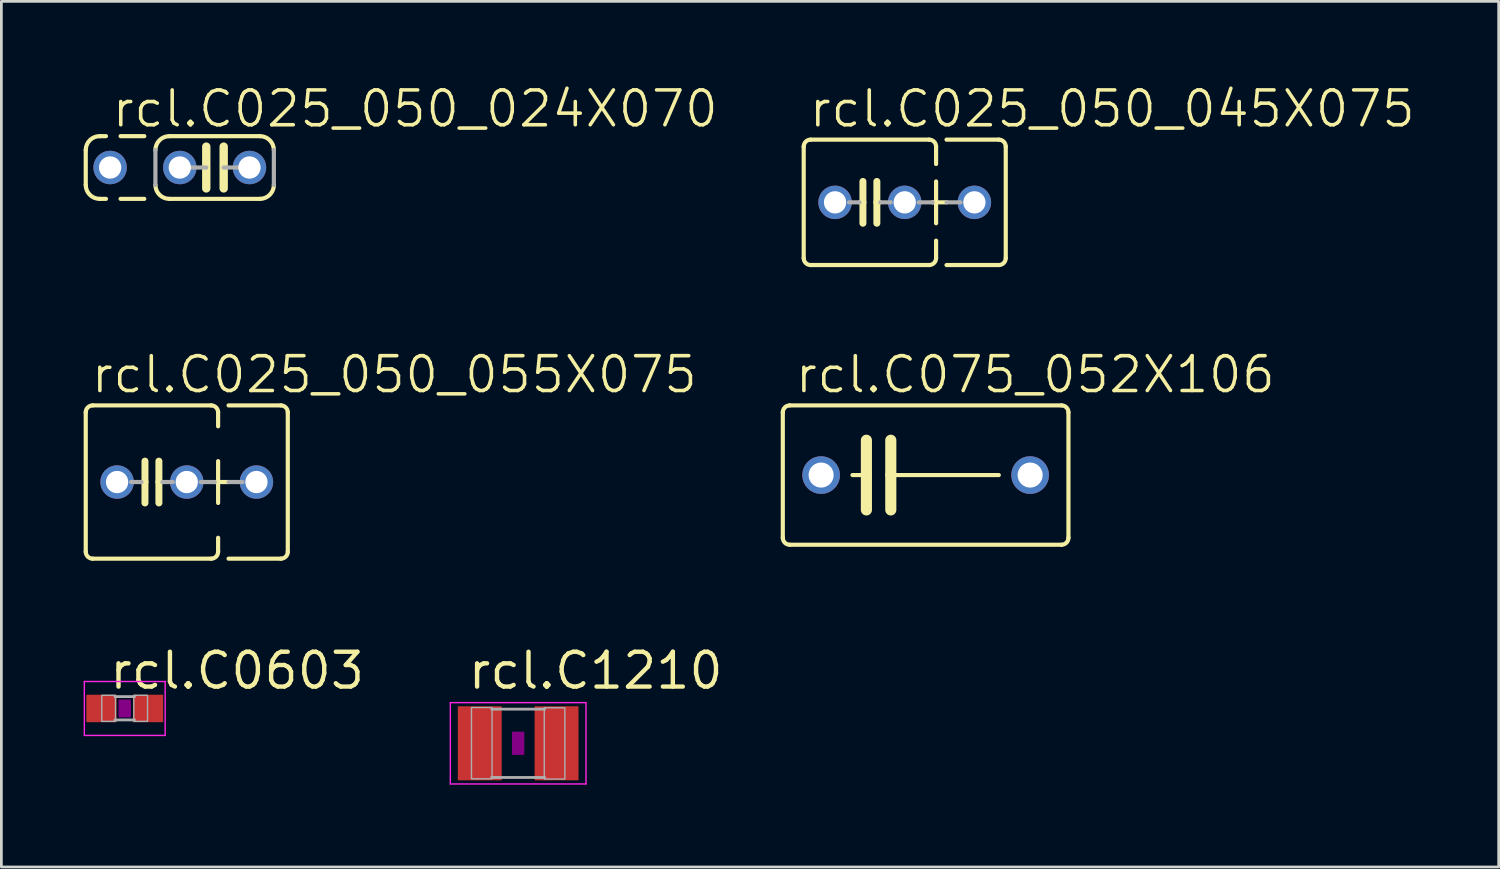
<source format=kicad_pcb>
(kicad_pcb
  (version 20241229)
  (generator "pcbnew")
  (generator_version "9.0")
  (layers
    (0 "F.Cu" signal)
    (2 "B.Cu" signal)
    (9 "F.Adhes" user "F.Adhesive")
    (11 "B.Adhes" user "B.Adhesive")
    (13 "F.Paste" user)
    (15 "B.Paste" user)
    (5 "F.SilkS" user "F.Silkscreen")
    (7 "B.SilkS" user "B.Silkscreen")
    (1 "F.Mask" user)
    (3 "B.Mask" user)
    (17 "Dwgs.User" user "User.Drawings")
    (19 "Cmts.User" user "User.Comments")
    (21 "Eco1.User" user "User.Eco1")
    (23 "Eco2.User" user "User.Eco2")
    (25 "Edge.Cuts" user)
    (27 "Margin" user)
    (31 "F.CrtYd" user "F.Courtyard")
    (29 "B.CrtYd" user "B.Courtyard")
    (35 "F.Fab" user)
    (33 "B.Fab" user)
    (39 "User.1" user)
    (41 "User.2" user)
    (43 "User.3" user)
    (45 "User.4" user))
  (footprint "rcl.C1210"
    (layer "F.Cu")
    (at 15.841 24.049)
    (property "Reference" "rcl.C1210" (at -1.905 -1.905 0) (layer "F.SilkS") (effects (font (size 1.27 1.27) (thickness 0.16)) (justify left bottom)))
    (attr smd)
    (fp_rect (start -0.2 0.4) (end 0.2 -0.4) (stroke (width 0.05) (type default)) (fill yes) (layer "F.Adhes"))
    (fp_line (start -2.473 -1.483) (end 2.473 -1.483) (stroke (width 0.051) (type default)) (layer "F.CrtYd"))
    (fp_line (start -2.473 1.483) (end -2.473 -1.483) (stroke (width 0.051) (type default)) (layer "F.CrtYd"))
    (fp_line (start 2.473 -1.483) (end 2.473 1.483) (stroke (width 0.051) (type default)) (layer "F.CrtYd"))
    (fp_line (start 2.473 1.483) (end -2.473 1.483) (stroke (width 0.051) (type default)) (layer "F.CrtYd"))
    (fp_line (start -0.965 -1.245) (end 0.965 -1.245) (stroke (width 0.102) (type default)) (layer "F.Fab"))
    (fp_line (start -0.965 1.245) (end 0.965 1.245) (stroke (width 0.102) (type default)) (layer "F.Fab"))
    (fp_rect (start -1.702 1.295) (end -0.952 -1.304) (stroke (width 0.05) (type default)) (fill no) (layer "F.Fab"))
    (fp_rect (start 0.952 1.304) (end 1.702 -1.295) (stroke (width 0.05) (type default)) (fill no) (layer "F.Fab"))
    (pad "1" smd roundrect (at -1.4 0) (size 1.6 2.7) (layers "F.Cu" "F.Mask" "F.Paste") (roundrect_rratio 0.01))
    (pad "2" smd roundrect (at 1.4 0) (size 1.6 2.7) (layers "F.Cu" "F.Mask" "F.Paste") (roundrect_rratio 0.01)))
  (footprint "rcl.C075_052X106"
    (layer "F.Cu")
    (at 30.696 14.27)
    (property "Reference" "rcl.C075_052X106" (at -4.826 -2.921 0) (layer "F.SilkS") (effects (font (size 1.27 1.27) (thickness 0.13)) (justify left bottom)))
    (attr through_hole)
    (fp_line (start -5.207 -2.286) (end -5.207 2.286) (stroke (width 0.152) (type default)) (layer "F.SilkS"))
    (fp_line (start -4.953 2.54) (end 4.953 2.54) (stroke (width 0.152) (type default)) (layer "F.SilkS"))
    (fp_line (start -2.667 0) (end -2.159 0) (stroke (width 0.152) (type default)) (layer "F.SilkS"))
    (fp_line (start -2.159 -1.27) (end -2.159 0) (stroke (width 0.406) (type default)) (layer "F.SilkS"))
    (fp_line (start -2.159 0) (end -2.159 1.27) (stroke (width 0.406) (type default)) (layer "F.SilkS"))
    (fp_line (start -1.27 -1.27) (end -1.27 0) (stroke (width 0.406) (type default)) (layer "F.SilkS"))
    (fp_line (start -1.27 0) (end -1.27 1.27) (stroke (width 0.406) (type default)) (layer "F.SilkS"))
    (fp_line (start -1.27 0) (end 2.667 0) (stroke (width 0.152) (type default)) (layer "F.SilkS"))
    (fp_line (start 4.953 -2.54) (end -4.953 -2.54) (stroke (width 0.152) (type default)) (layer "F.SilkS"))
    (fp_line (start 5.207 2.286) (end 5.207 -2.286) (stroke (width 0.152) (type default)) (layer "F.SilkS"))
    (fp_arc (start -5.207 -2.286) (mid -5.132605 -2.465605) (end -4.953 -2.54) (stroke (width 0.1524) (type default)) (layer "F.SilkS"))
    (fp_arc (start -4.953 2.54) (mid -5.132605 2.465605) (end -5.207 2.286) (stroke (width 0.1524) (type default)) (layer "F.SilkS"))
    (fp_arc (start 4.953 -2.54) (mid 5.132605 -2.465605) (end 5.207 -2.286) (stroke (width 0.1524) (type default)) (layer "F.SilkS"))
    (fp_arc (start 5.207 2.286) (mid 5.132605 2.465605) (end 4.953 2.54) (stroke (width 0.1524) (type default)) (layer "F.SilkS"))
    (pad "1" thru_hole circle (at -3.81 0) (size 1.372 1.372) (drill 0.914) (layers "*.Cu" "*.Mask"))
    (pad "2" thru_hole circle (at 3.81 0) (size 1.372 1.372) (drill 0.914) (layers "*.Cu" "*.Mask")))
  (footprint "rcl.C025_050_024X070"
    (layer "F.Cu")
    (at 4.775 3.057)
    (property "Reference" "rcl.C025_050_024X070" (at -3.81 -1.397 0) (layer "F.SilkS") (effects (font (size 1.27 1.27) (thickness 0.13)) (justify left bottom)))
    (attr through_hole)
    (fp_line (start -4.699 0.635) (end -4.699 -0.635) (stroke (width 0.152) (type default)) (layer "F.SilkS"))
    (fp_line (start -4.191 -1.143) (end -3.962 -1.143) (stroke (width 0.152) (type default)) (layer "F.SilkS"))
    (fp_line (start -4.191 1.143) (end -3.962 1.143) (stroke (width 0.152) (type default)) (layer "F.SilkS"))
    (fp_line (start -3.429 -1.143) (end -2.565 -1.143) (stroke (width 0.152) (type default)) (layer "F.SilkS"))
    (fp_line (start -3.429 1.143) (end -2.565 1.143) (stroke (width 0.152) (type default)) (layer "F.SilkS"))
    (fp_line (start -0.305 -0.762) (end -0.305 0.762) (stroke (width 0.305) (type default)) (layer "F.SilkS"))
    (fp_line (start 0.33 -0.762) (end 0.33 0.762) (stroke (width 0.305) (type default)) (layer "F.SilkS"))
    (fp_line (start 1.651 -1.143) (end -1.651 -1.143) (stroke (width 0.152) (type default)) (layer "F.SilkS"))
    (fp_line (start 1.651 1.143) (end -1.651 1.143) (stroke (width 0.152) (type default)) (layer "F.SilkS"))
    (fp_arc (start -4.699 -0.635) (mid -4.55021 -0.99421) (end -4.191 -1.143) (stroke (width 0.1524) (type default)) (layer "F.SilkS"))
    (fp_arc (start -4.191 1.143) (mid -4.55021 0.99421) (end -4.699 0.635) (stroke (width 0.1524) (type default)) (layer "F.SilkS"))
    (fp_arc (start -2.159 -0.635) (mid -2.01021 -0.99421) (end -1.651 -1.143) (stroke (width 0.1524) (type default)) (layer "F.SilkS"))
    (fp_arc (start -1.651 1.143) (mid -2.01021 0.99421) (end -2.159 0.635) (stroke (width 0.1524) (type default)) (layer "F.SilkS"))
    (fp_arc (start 1.651 -1.143) (mid 2.01021 -0.99421) (end 2.159 -0.635) (stroke (width 0.1524) (type default)) (layer "F.SilkS"))
    (fp_arc (start 2.159 0.635) (mid 2.01021 0.99421) (end 1.651 1.143) (stroke (width 0.1524) (type default)) (layer "F.SilkS"))
    (fp_line (start -2.159 0.635) (end -2.159 -0.635) (stroke (width 0.152) (type default)) (layer "F.Fab"))
    (fp_line (start -1.27 0) (end -0.305 0) (stroke (width 0.152) (type default)) (layer "F.Fab"))
    (fp_line (start 1.27 0) (end 0.33 0) (stroke (width 0.152) (type default)) (layer "F.Fab"))
    (fp_line (start 2.159 0.635) (end 2.159 -0.635) (stroke (width 0.152) (type default)) (layer "F.Fab"))
    (pad "1" thru_hole circle (at -3.81 0) (size 1.219 1.219) (drill 0.813) (layers "*.Cu" "*.Mask"))
    (pad "2" thru_hole circle (at -1.27 0) (size 1.219 1.219) (drill 0.813) (layers "*.Cu" "*.Mask"))
    (pad "3" thru_hole circle (at 1.27 0) (size 1.219 1.219) (drill 0.813) (layers "*.Cu" "*.Mask")))
  (footprint "rcl.C025_050_055X075"
    (layer "F.Cu")
    (at 2.489 14.524)
    (property "Reference" "rcl.C025_050_055X075" (at -2.286 -3.175 0) (layer "F.SilkS") (effects (font (size 1.27 1.27) (thickness 0.13)) (justify left bottom)))
    (attr through_hole)
    (fp_line (start -2.413 -2.54) (end -2.413 2.54) (stroke (width 0.152) (type default)) (layer "F.SilkS"))
    (fp_line (start -2.159 -2.794) (end 2.159 -2.794) (stroke (width 0.152) (type default)) (layer "F.SilkS"))
    (fp_line (start -0.254 -0.762) (end -0.254 0) (stroke (width 0.254) (type default)) (layer "F.SilkS"))
    (fp_line (start -0.254 0) (end -0.381 0) (stroke (width 0.152) (type default)) (layer "F.SilkS"))
    (fp_line (start -0.254 0) (end -0.254 0.762) (stroke (width 0.254) (type default)) (layer "F.SilkS"))
    (fp_line (start 0.254 0) (end 0.254 -0.762) (stroke (width 0.254) (type default)) (layer "F.SilkS"))
    (fp_line (start 0.254 0) (end 0.254 0.762) (stroke (width 0.254) (type default)) (layer "F.SilkS"))
    (fp_line (start 0.381 0) (end 0.254 0) (stroke (width 0.152) (type default)) (layer "F.SilkS"))
    (fp_line (start 2.159 2.794) (end -2.159 2.794) (stroke (width 0.152) (type default)) (layer "F.SilkS"))
    (fp_line (start 2.286 0) (end 2.794 0) (stroke (width 0.152) (type default)) (layer "F.SilkS"))
    (fp_line (start 2.413 -2.54) (end 2.413 -2.032) (stroke (width 0.152) (type default)) (layer "F.SilkS"))
    (fp_line (start 2.413 -0.762) (end 2.413 0.762) (stroke (width 0.152) (type default)) (layer "F.SilkS"))
    (fp_line (start 2.413 2.032) (end 2.413 2.54) (stroke (width 0.152) (type default)) (layer "F.SilkS"))
    (fp_line (start 2.794 -2.794) (end 4.699 -2.794) (stroke (width 0.152) (type default)) (layer "F.SilkS"))
    (fp_line (start 4.699 2.794) (end 2.794 2.794) (stroke (width 0.152) (type default)) (layer "F.SilkS"))
    (fp_line (start 4.953 -2.54) (end 4.953 2.54) (stroke (width 0.152) (type default)) (layer "F.SilkS"))
    (fp_arc (start -2.413 -2.54) (mid -2.338605 -2.719605) (end -2.159 -2.794) (stroke (width 0.1524) (type default)) (layer "F.SilkS"))
    (fp_arc (start -2.159 2.794) (mid -2.338605 2.719605) (end -2.413 2.54) (stroke (width 0.1524) (type default)) (layer "F.SilkS"))
    (fp_arc (start 2.159 -2.794) (mid 2.338605 -2.719605) (end 2.413 -2.54) (stroke (width 0.1524) (type default)) (layer "F.SilkS"))
    (fp_arc (start 2.413 2.54) (mid 2.338605 2.719605) (end 2.159 2.794) (stroke (width 0.1524) (type default)) (layer "F.SilkS"))
    (fp_arc (start 4.699 -2.794) (mid 4.878605 -2.719605) (end 4.953 -2.54) (stroke (width 0.1524) (type default)) (layer "F.SilkS"))
    (fp_arc (start 4.953 2.54) (mid 4.878605 2.719605) (end 4.699 2.794) (stroke (width 0.1524) (type default)) (layer "F.SilkS"))
    (fp_line (start -0.381 0) (end -0.762 0) (stroke (width 0.152) (type default)) (layer "F.Fab"))
    (fp_line (start 0.381 0) (end 0.762 0) (stroke (width 0.152) (type default)) (layer "F.Fab"))
    (fp_line (start 1.778 0) (end 2.286 0) (stroke (width 0.152) (type default)) (layer "F.Fab"))
    (fp_line (start 2.794 0) (end 3.302 0) (stroke (width 0.152) (type default)) (layer "F.Fab"))
    (pad "1" thru_hole circle (at -1.27 0) (size 1.219 1.219) (drill 0.813) (layers "*.Cu" "*.Mask"))
    (pad "2" thru_hole circle (at 1.27 0) (size 1.219 1.219) (drill 0.813) (layers "*.Cu" "*.Mask"))
    (pad "3" thru_hole circle (at 3.81 0) (size 1.219 1.219) (drill 0.813) (layers "*.Cu" "*.Mask")))
  (footprint "rcl.C025_050_045X075"
    (layer "F.Cu")
    (at 28.664 4.327)
    (property "Reference" "rcl.C025_050_045X075" (at -2.286 -2.667 0) (layer "F.SilkS") (effects (font (size 1.27 1.27) (thickness 0.13)) (justify left bottom)))
    (attr through_hole)
    (fp_line (start -2.413 -2.032) (end -2.413 2.032) (stroke (width 0.152) (type default)) (layer "F.SilkS"))
    (fp_line (start -2.159 -2.286) (end 2.159 -2.286) (stroke (width 0.152) (type default)) (layer "F.SilkS"))
    (fp_line (start -0.254 -0.762) (end -0.254 0) (stroke (width 0.254) (type default)) (layer "F.SilkS"))
    (fp_line (start -0.254 0) (end -0.381 0) (stroke (width 0.152) (type default)) (layer "F.SilkS"))
    (fp_line (start -0.254 0) (end -0.254 0.762) (stroke (width 0.254) (type default)) (layer "F.SilkS"))
    (fp_line (start 0.254 0) (end 0.254 -0.762) (stroke (width 0.254) (type default)) (layer "F.SilkS"))
    (fp_line (start 0.254 0) (end 0.254 0.762) (stroke (width 0.254) (type default)) (layer "F.SilkS"))
    (fp_line (start 0.381 0) (end 0.254 0) (stroke (width 0.152) (type default)) (layer "F.SilkS"))
    (fp_line (start 2.159 2.286) (end -2.159 2.286) (stroke (width 0.152) (type default)) (layer "F.SilkS"))
    (fp_line (start 2.286 0) (end 2.794 0) (stroke (width 0.152) (type default)) (layer "F.SilkS"))
    (fp_line (start 2.413 -2.032) (end 2.413 -1.397) (stroke (width 0.152) (type default)) (layer "F.SilkS"))
    (fp_line (start 2.413 -0.762) (end 2.413 0.762) (stroke (width 0.152) (type default)) (layer "F.SilkS"))
    (fp_line (start 2.413 1.397) (end 2.413 2.032) (stroke (width 0.152) (type default)) (layer "F.SilkS"))
    (fp_line (start 2.794 -2.286) (end 4.699 -2.286) (stroke (width 0.152) (type default)) (layer "F.SilkS"))
    (fp_line (start 4.699 2.286) (end 2.794 2.286) (stroke (width 0.152) (type default)) (layer "F.SilkS"))
    (fp_line (start 4.953 -2.032) (end 4.953 2.032) (stroke (width 0.152) (type default)) (layer "F.SilkS"))
    (fp_arc (start -2.413 -2.032) (mid -2.338605 -2.211605) (end -2.159 -2.286) (stroke (width 0.1524) (type default)) (layer "F.SilkS"))
    (fp_arc (start -2.159 2.286) (mid -2.338605 2.211605) (end -2.413 2.032) (stroke (width 0.1524) (type default)) (layer "F.SilkS"))
    (fp_arc (start 2.159 -2.286) (mid 2.338605 -2.211605) (end 2.413 -2.032) (stroke (width 0.1524) (type default)) (layer "F.SilkS"))
    (fp_arc (start 2.413 2.032) (mid 2.338605 2.211605) (end 2.159 2.286) (stroke (width 0.1524) (type default)) (layer "F.SilkS"))
    (fp_arc (start 4.699 -2.286) (mid 4.878605 -2.211605) (end 4.953 -2.032) (stroke (width 0.1524) (type default)) (layer "F.SilkS"))
    (fp_arc (start 4.953 2.032) (mid 4.878605 2.211605) (end 4.699 2.286) (stroke (width 0.1524) (type default)) (layer "F.SilkS"))
    (fp_line (start -0.381 0) (end -0.762 0) (stroke (width 0.152) (type default)) (layer "F.Fab"))
    (fp_line (start 0.381 0) (end 0.762 0) (stroke (width 0.152) (type default)) (layer "F.Fab"))
    (fp_line (start 2.286 0) (end 1.778 0) (stroke (width 0.152) (type default)) (layer "F.Fab"))
    (fp_line (start 2.794 0) (end 3.302 0) (stroke (width 0.152) (type default)) (layer "F.Fab"))
    (pad "1" thru_hole circle (at -1.27 0) (size 1.219 1.219) (drill 0.813) (layers "*.Cu" "*.Mask"))
    (pad "2" thru_hole circle (at 1.27 0) (size 1.219 1.219) (drill 0.813) (layers "*.Cu" "*.Mask"))
    (pad "3" thru_hole circle (at 3.81 0) (size 1.219 1.219) (drill 0.813) (layers "*.Cu" "*.Mask")))
  (footprint "rcl.C0603"
    (layer "F.Cu")
    (at 1.498 22.779)
    (property "Reference" "rcl.C0603" (at -0.635 -0.635 0) (layer "F.SilkS") (effects (font (size 1.27 1.27) (thickness 0.16)) (justify left bottom)))
    (attr smd)
    (fp_rect (start -0.2 0.3) (end 0.2 -0.3) (stroke (width 0.05) (type default)) (fill yes) (layer "F.Adhes"))
    (fp_line (start -1.473 -0.983) (end 1.473 -0.983) (stroke (width 0.051) (type default)) (layer "F.CrtYd"))
    (fp_line (start -1.473 0.983) (end -1.473 -0.983) (stroke (width 0.051) (type default)) (layer "F.CrtYd"))
    (fp_line (start 1.473 -0.983) (end 1.473 0.983) (stroke (width 0.051) (type default)) (layer "F.CrtYd"))
    (fp_line (start 1.473 0.983) (end -1.473 0.983) (stroke (width 0.051) (type default)) (layer "F.CrtYd"))
    (fp_line (start -0.356 -0.432) (end 0.356 -0.432) (stroke (width 0.102) (type default)) (layer "F.Fab"))
    (fp_line (start -0.356 0.419) (end 0.356 0.419) (stroke (width 0.102) (type default)) (layer "F.Fab"))
    (fp_rect (start -0.838 0.47) (end -0.338 -0.48) (stroke (width 0.05) (type default)) (fill no) (layer "F.Fab"))
    (fp_rect (start 0.33 0.47) (end 0.83 -0.48) (stroke (width 0.05) (type default)) (fill no) (layer "F.Fab"))
    (pad "1" smd roundrect (at -0.85 0) (size 1.1 1) (layers "F.Cu" "F.Mask" "F.Paste") (roundrect_rratio 0.01))
    (pad "2" smd roundrect (at 0.85 0) (size 1.1 1) (layers "F.Cu" "F.Mask" "F.Paste") (roundrect_rratio 0.01)))
  (gr_rect
    (start -3 -3)
    (end 51.588 28.558)
    (stroke (width 0.1) (type default))
    (fill no)
    (layer "Edge.Cuts")))
</source>
